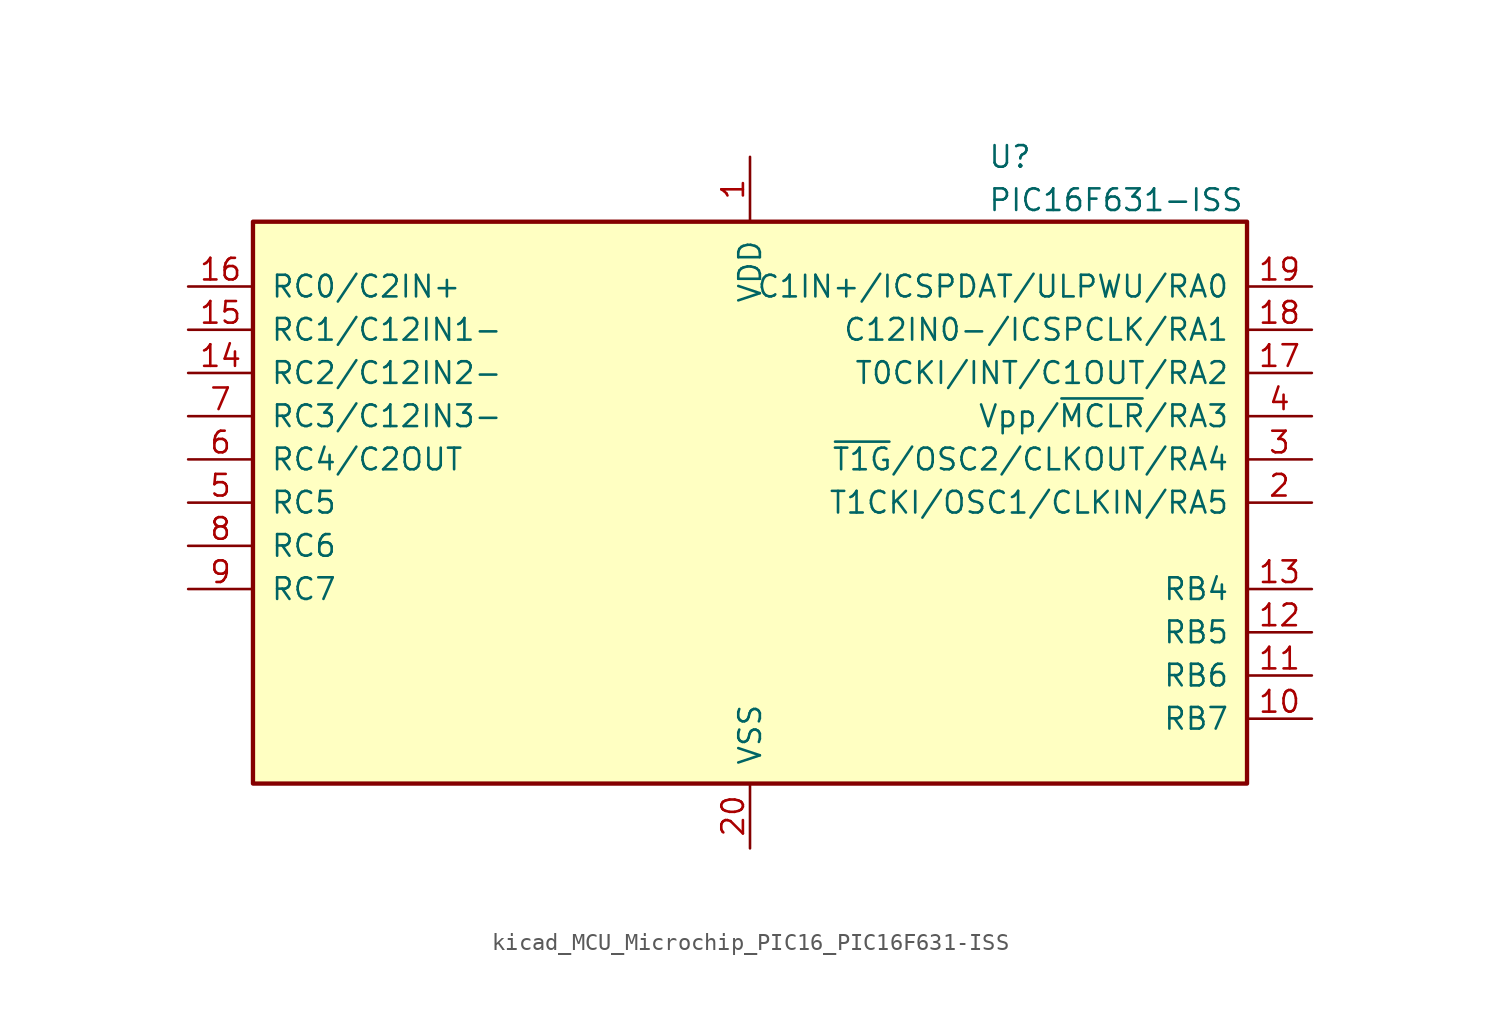
<source format=kicad_sym>
(kicad_symbol_lib
  (version 20220914)
  (generator kicad_symbol_editor)
  (symbol "kicad_MCU_Microchip_PIC16_PIC16F631-ISS"
    (pin_names
      (offset 1.016))
    (property "Reference" "U"
      (at 13.97 20.32 0)
      (effects (font (size 1.27 1.27)) (justify left)))
    (property "Value" "PIC16F631-ISS"
      (at 13.97 17.78 0)
      (effects (font (size 1.27 1.27)) (justify left)))
    (symbol "kicad_MCU_Microchip_PIC16_PIC16F631-ISS_0_1"
      (rectangle (start -29.21 16.51) (end 29.21 -16.51) (stroke (width 0.254) (type default)) (fill (type background))))
    (symbol "kicad_MCU_Microchip_PIC16_PIC16F631-ISS_1_1"
      (pin power_in line (at 0 20.32 270) (length 3.81) (name "VDD" (effects (font (size 1.27 1.27)))) (number "1" (effects (font (size 1.27 1.27)))))
      (pin bidirectional line (at 33.02 -12.7 180) (length 3.81) (name "RB7" (effects (font (size 1.27 1.27)))) (number "10" (effects (font (size 1.27 1.27)))))
      (pin bidirectional line (at 33.02 -10.16 180) (length 3.81) (name "RB6" (effects (font (size 1.27 1.27)))) (number "11" (effects (font (size 1.27 1.27)))))
      (pin bidirectional line (at 33.02 -7.62 180) (length 3.81) (name "RB5" (effects (font (size 1.27 1.27)))) (number "12" (effects (font (size 1.27 1.27)))))
      (pin bidirectional line (at 33.02 -5.08 180) (length 3.81) (name "RB4" (effects (font (size 1.27 1.27)))) (number "13" (effects (font (size 1.27 1.27)))))
      (pin bidirectional line (at -33.02 7.62 0) (length 3.81) (name "RC2/C12IN2-" (effects (font (size 1.27 1.27)))) (number "14" (effects (font (size 1.27 1.27)))))
      (pin bidirectional line (at -33.02 10.16 0) (length 3.81) (name "RC1/C12IN1-" (effects (font (size 1.27 1.27)))) (number "15" (effects (font (size 1.27 1.27)))))
      (pin bidirectional line (at -33.02 12.7 0) (length 3.81) (name "RC0/C2IN+" (effects (font (size 1.27 1.27)))) (number "16" (effects (font (size 1.27 1.27)))))
      (pin bidirectional line (at 33.02 7.62 180) (length 3.81) (name "T0CKI/INT/C1OUT/RA2" (effects (font (size 1.27 1.27)))) (number "17" (effects (font (size 1.27 1.27)))))
      (pin bidirectional line (at 33.02 10.16 180) (length 3.81) (name "C12IN0-/ICSPCLK/RA1" (effects (font (size 1.27 1.27)))) (number "18" (effects (font (size 1.27 1.27)))))
      (pin bidirectional line (at 33.02 12.7 180) (length 3.81) (name "C1IN+/ICSPDAT/ULPWU/RA0" (effects (font (size 1.27 1.27)))) (number "19" (effects (font (size 1.27 1.27)))))
      (pin bidirectional line (at 33.02 0 180) (length 3.81) (name "T1CKI/OSC1/CLKIN/RA5" (effects (font (size 1.27 1.27)))) (number "2" (effects (font (size 1.27 1.27)))))
      (pin power_in line (at 0 -20.32 90) (length 3.81) (name "VSS" (effects (font (size 1.27 1.27)))) (number "20" (effects (font (size 1.27 1.27)))))
      (pin bidirectional line (at 33.02 2.54 180) (length 3.81) (name "~{T1G}/OSC2/CLKOUT/RA4" (effects (font (size 1.27 1.27)))) (number "3" (effects (font (size 1.27 1.27)))))
      (pin input line (at 33.02 5.08 180) (length 3.81) (name "Vpp/~{MCLR}/RA3" (effects (font (size 1.27 1.27)))) (number "4" (effects (font (size 1.27 1.27)))))
      (pin bidirectional line (at -33.02 0 0) (length 3.81) (name "RC5" (effects (font (size 1.27 1.27)))) (number "5" (effects (font (size 1.27 1.27)))))
      (pin bidirectional line (at -33.02 2.54 0) (length 3.81) (name "RC4/C2OUT" (effects (font (size 1.27 1.27)))) (number "6" (effects (font (size 1.27 1.27)))))
      (pin bidirectional line (at -33.02 5.08 0) (length 3.81) (name "RC3/C12IN3-" (effects (font (size 1.27 1.27)))) (number "7" (effects (font (size 1.27 1.27)))))
      (pin bidirectional line (at -33.02 -2.54 0) (length 3.81) (name "RC6" (effects (font (size 1.27 1.27)))) (number "8" (effects (font (size 1.27 1.27)))))
      (pin bidirectional line (at -33.02 -5.08 0) (length 3.81) (name "RC7" (effects (font (size 1.27 1.27)))) (number "9" (effects (font (size 1.27 1.27))))))))
</source>
